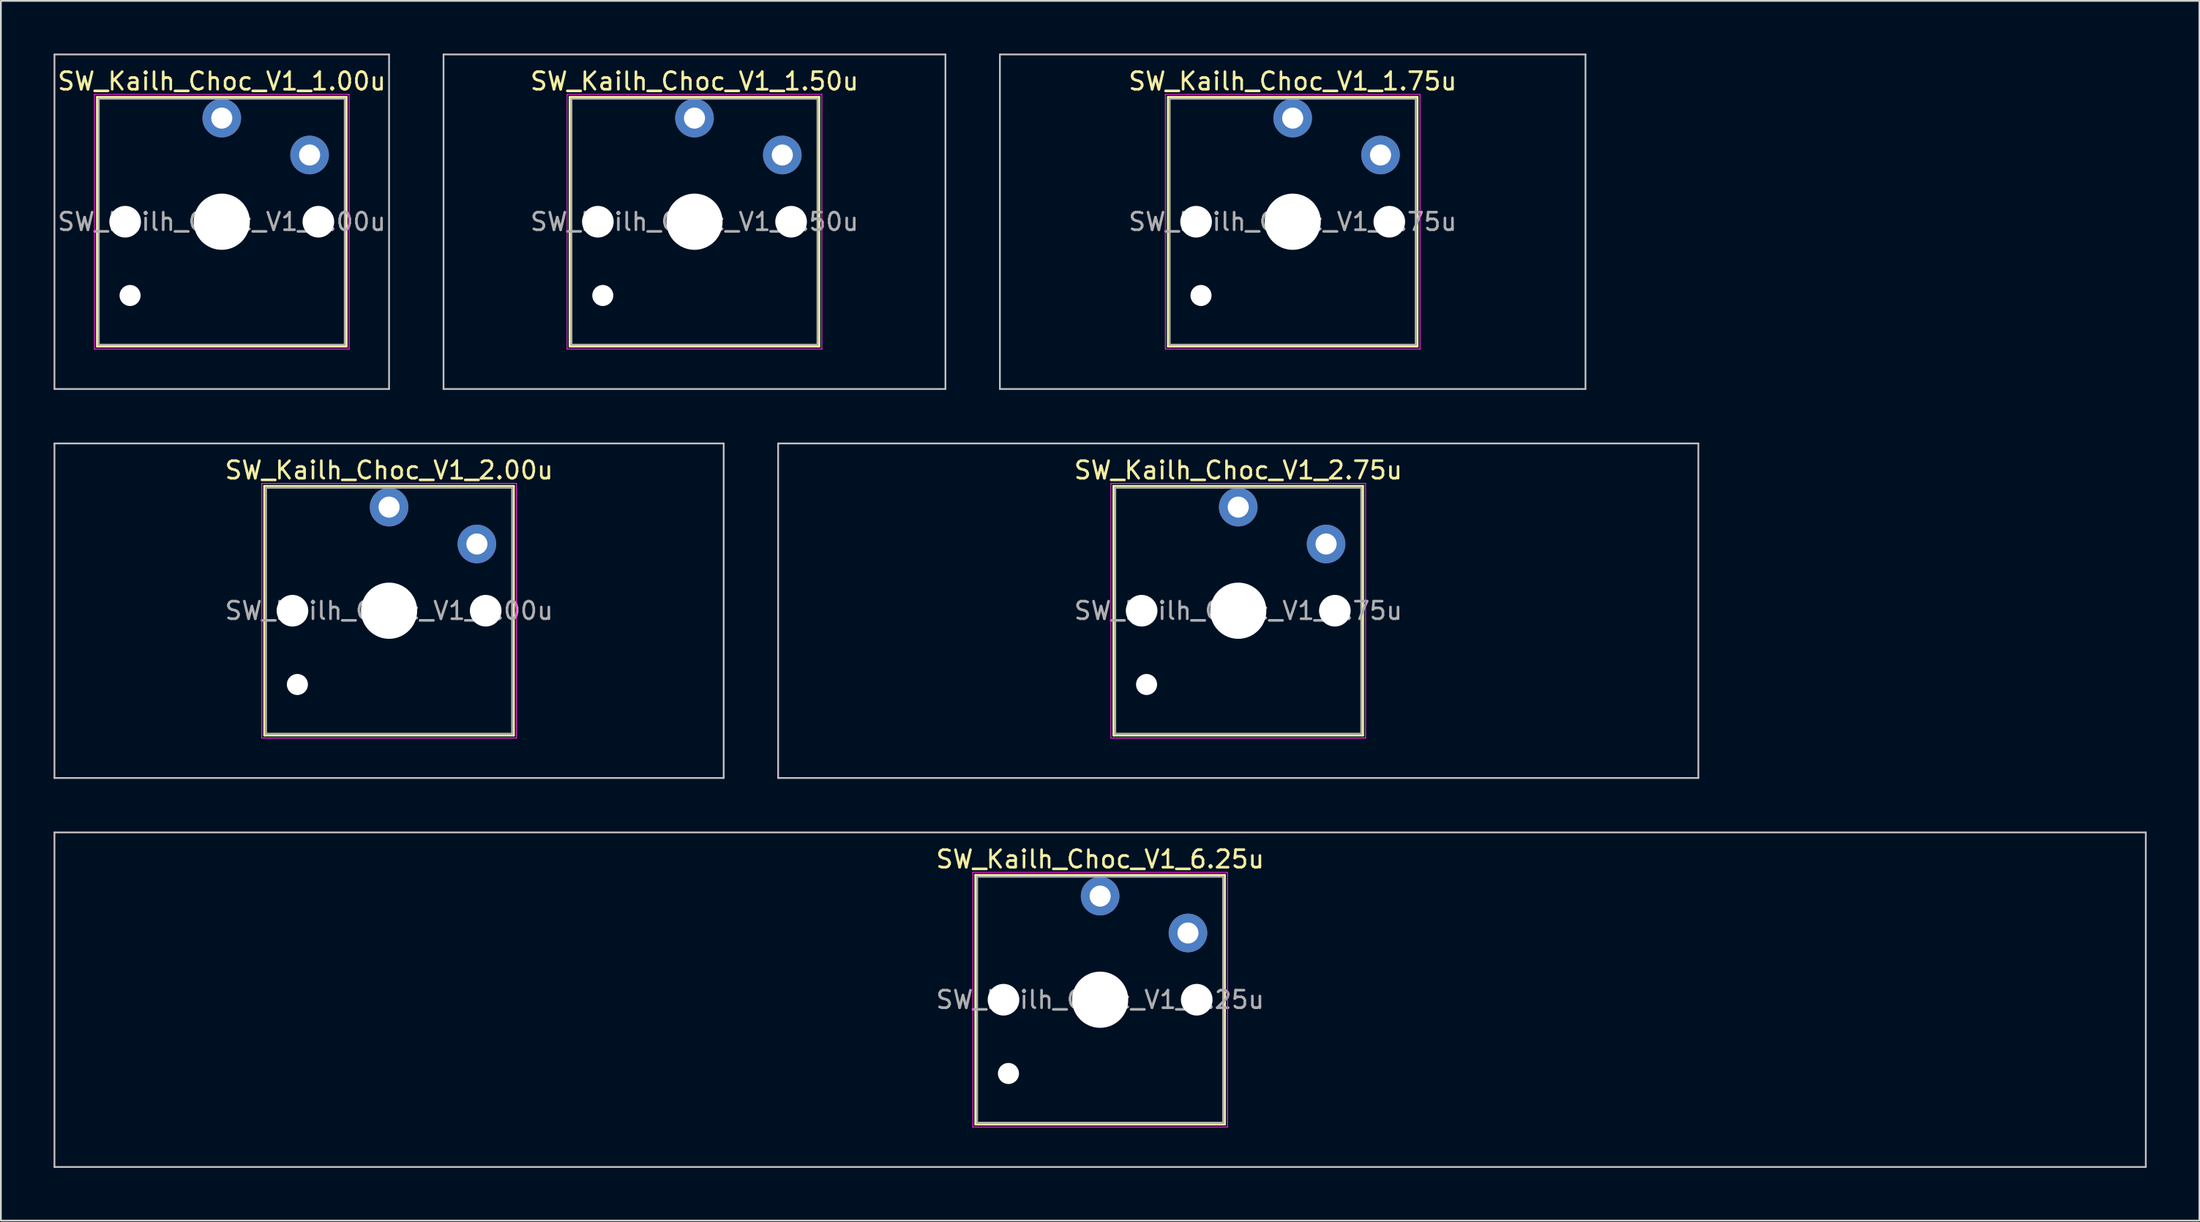
<source format=kicad_pcb>
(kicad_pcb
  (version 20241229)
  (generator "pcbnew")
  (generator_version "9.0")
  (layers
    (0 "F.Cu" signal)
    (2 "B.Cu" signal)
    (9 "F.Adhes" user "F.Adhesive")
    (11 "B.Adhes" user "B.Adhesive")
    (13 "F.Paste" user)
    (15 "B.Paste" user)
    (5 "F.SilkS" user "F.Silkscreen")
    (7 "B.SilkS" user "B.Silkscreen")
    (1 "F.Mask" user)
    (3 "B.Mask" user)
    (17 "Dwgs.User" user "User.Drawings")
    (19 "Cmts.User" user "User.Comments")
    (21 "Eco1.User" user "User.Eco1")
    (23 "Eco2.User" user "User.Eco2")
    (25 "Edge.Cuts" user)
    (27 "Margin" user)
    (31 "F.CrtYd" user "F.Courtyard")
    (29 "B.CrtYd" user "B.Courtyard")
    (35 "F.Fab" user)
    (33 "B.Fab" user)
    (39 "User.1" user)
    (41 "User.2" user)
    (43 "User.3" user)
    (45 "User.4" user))
  (footprint "SW_Kailh_Choc_V1_1.50u"
    (layer "F.Cu")
    (at 36.487 9.575)
    (property "Reference" "SW_Kailh_Choc_V1_1.50u" (at 0 -8 0) (layer "F.SilkS") (effects (font (size 1 1) (thickness 0.15))))
    (attr through_hole)
    (fp_line (start -7.1 -7.1) (end -7.1 7.1) (stroke (width 0.12) (type solid)) (layer "F.SilkS"))
    (fp_line (start -7.1 7.1) (end 7.1 7.1) (stroke (width 0.12) (type solid)) (layer "F.SilkS"))
    (fp_line (start 7.1 -7.1) (end -7.1 -7.1) (stroke (width 0.12) (type solid)) (layer "F.SilkS"))
    (fp_line (start 7.1 7.1) (end 7.1 -7.1) (stroke (width 0.12) (type solid)) (layer "F.SilkS"))
    (fp_line (start -14.287 -9.525) (end -14.287 9.525) (stroke (width 0.1) (type solid)) (layer "Dwgs.User"))
    (fp_line (start -14.287 9.525) (end 14.287 9.525) (stroke (width 0.1) (type solid)) (layer "Dwgs.User"))
    (fp_line (start 14.287 -9.525) (end -14.287 -9.525) (stroke (width 0.1) (type solid)) (layer "Dwgs.User"))
    (fp_line (start 14.287 9.525) (end 14.287 -9.525) (stroke (width 0.1) (type solid)) (layer "Dwgs.User"))
    (fp_line (start -7.25 -7.25) (end -7.25 7.25) (stroke (width 0.05) (type solid)) (layer "F.CrtYd"))
    (fp_line (start -7.25 7.25) (end 7.25 7.25) (stroke (width 0.05) (type solid)) (layer "F.CrtYd"))
    (fp_line (start 7.25 -7.25) (end -7.25 -7.25) (stroke (width 0.05) (type solid)) (layer "F.CrtYd"))
    (fp_line (start 7.25 7.25) (end 7.25 -7.25) (stroke (width 0.05) (type solid)) (layer "F.CrtYd"))
    (fp_line (start -7 -7) (end -7 7) (stroke (width 0.1) (type solid)) (layer "F.Fab"))
    (fp_line (start -7 7) (end 7 7) (stroke (width 0.1) (type solid)) (layer "F.Fab"))
    (fp_line (start 7 -7) (end -7 -7) (stroke (width 0.1) (type solid)) (layer "F.Fab"))
    (fp_line (start 7 7) (end 7 -7) (stroke (width 0.1) (type solid)) (layer "F.Fab"))
    (fp_text user "${REFERENCE}" (at 0 0 0) (layer "F.Fab") (effects (font (size 1 1) (thickness 0.15))))
    (pad "" np_thru_hole circle (at -5.5 0) (size 1.8 1.8) (drill 1.8) (layers "*.Cu" "*.Mask"))
    (pad "" np_thru_hole circle (at -5.22 4.2) (size 1.2 1.2) (drill 1.2) (layers "*.Cu" "*.Mask"))
    (pad "" np_thru_hole circle (at 0 0) (size 3.2 3.2) (drill 3.2) (layers "*.Cu" "*.Mask"))
    (pad "" np_thru_hole circle (at 5.5 0) (size 1.8 1.8) (drill 1.8) (layers "*.Cu" "*.Mask"))
    (pad "1" thru_hole circle (at 0 -5.9) (size 2.2 2.2) (drill 1.2) (layers "*.Cu" "B.Mask"))
    (pad "2" thru_hole circle (at 5 -3.8) (size 2.2 2.2) (drill 1.2) (layers "*.Cu" "B.Mask")))
  (footprint "SW_Kailh_Choc_V1_1.00u"
    (layer "F.Cu")
    (at 9.575 9.575)
    (property "Reference" "SW_Kailh_Choc_V1_1.00u" (at 0 -8 0) (layer "F.SilkS") (effects (font (size 1 1) (thickness 0.15))))
    (attr through_hole)
    (fp_line (start -7.1 -7.1) (end -7.1 7.1) (stroke (width 0.12) (type solid)) (layer "F.SilkS"))
    (fp_line (start -7.1 7.1) (end 7.1 7.1) (stroke (width 0.12) (type solid)) (layer "F.SilkS"))
    (fp_line (start 7.1 -7.1) (end -7.1 -7.1) (stroke (width 0.12) (type solid)) (layer "F.SilkS"))
    (fp_line (start 7.1 7.1) (end 7.1 -7.1) (stroke (width 0.12) (type solid)) (layer "F.SilkS"))
    (fp_line (start -9.525 -9.525) (end -9.525 9.525) (stroke (width 0.1) (type solid)) (layer "Dwgs.User"))
    (fp_line (start -9.525 9.525) (end 9.525 9.525) (stroke (width 0.1) (type solid)) (layer "Dwgs.User"))
    (fp_line (start 9.525 -9.525) (end -9.525 -9.525) (stroke (width 0.1) (type solid)) (layer "Dwgs.User"))
    (fp_line (start 9.525 9.525) (end 9.525 -9.525) (stroke (width 0.1) (type solid)) (layer "Dwgs.User"))
    (fp_line (start -7.25 -7.25) (end -7.25 7.25) (stroke (width 0.05) (type solid)) (layer "F.CrtYd"))
    (fp_line (start -7.25 7.25) (end 7.25 7.25) (stroke (width 0.05) (type solid)) (layer "F.CrtYd"))
    (fp_line (start 7.25 -7.25) (end -7.25 -7.25) (stroke (width 0.05) (type solid)) (layer "F.CrtYd"))
    (fp_line (start 7.25 7.25) (end 7.25 -7.25) (stroke (width 0.05) (type solid)) (layer "F.CrtYd"))
    (fp_line (start -7 -7) (end -7 7) (stroke (width 0.1) (type solid)) (layer "F.Fab"))
    (fp_line (start -7 7) (end 7 7) (stroke (width 0.1) (type solid)) (layer "F.Fab"))
    (fp_line (start 7 -7) (end -7 -7) (stroke (width 0.1) (type solid)) (layer "F.Fab"))
    (fp_line (start 7 7) (end 7 -7) (stroke (width 0.1) (type solid)) (layer "F.Fab"))
    (fp_text user "${REFERENCE}" (at 0 0 0) (layer "F.Fab") (effects (font (size 1 1) (thickness 0.15))))
    (pad "" np_thru_hole circle (at -5.5 0) (size 1.8 1.8) (drill 1.8) (layers "*.Cu" "*.Mask"))
    (pad "" np_thru_hole circle (at -5.22 4.2) (size 1.2 1.2) (drill 1.2) (layers "*.Cu" "*.Mask"))
    (pad "" np_thru_hole circle (at 0 0) (size 3.2 3.2) (drill 3.2) (layers "*.Cu" "*.Mask"))
    (pad "" np_thru_hole circle (at 5.5 0) (size 1.8 1.8) (drill 1.8) (layers "*.Cu" "*.Mask"))
    (pad "1" thru_hole circle (at 0 -5.9) (size 2.2 2.2) (drill 1.2) (layers "*.Cu" "B.Mask"))
    (pad "2" thru_hole circle (at 5 -3.8) (size 2.2 2.2) (drill 1.2) (layers "*.Cu" "B.Mask")))
  (footprint "SW_Kailh_Choc_V1_2.75u"
    (layer "F.Cu")
    (at 67.444 31.725)
    (property "Reference" "SW_Kailh_Choc_V1_2.75u" (at 0 -8 0) (layer "F.SilkS") (effects (font (size 1 1) (thickness 0.15))))
    (attr through_hole)
    (fp_line (start -7.1 -7.1) (end -7.1 7.1) (stroke (width 0.12) (type solid)) (layer "F.SilkS"))
    (fp_line (start -7.1 7.1) (end 7.1 7.1) (stroke (width 0.12) (type solid)) (layer "F.SilkS"))
    (fp_line (start 7.1 -7.1) (end -7.1 -7.1) (stroke (width 0.12) (type solid)) (layer "F.SilkS"))
    (fp_line (start 7.1 7.1) (end 7.1 -7.1) (stroke (width 0.12) (type solid)) (layer "F.SilkS"))
    (fp_line (start -26.194 -9.525) (end -26.194 9.525) (stroke (width 0.1) (type solid)) (layer "Dwgs.User"))
    (fp_line (start -26.194 9.525) (end 26.194 9.525) (stroke (width 0.1) (type solid)) (layer "Dwgs.User"))
    (fp_line (start 26.194 -9.525) (end -26.194 -9.525) (stroke (width 0.1) (type solid)) (layer "Dwgs.User"))
    (fp_line (start 26.194 9.525) (end 26.194 -9.525) (stroke (width 0.1) (type solid)) (layer "Dwgs.User"))
    (fp_line (start -7.25 -7.25) (end -7.25 7.25) (stroke (width 0.05) (type solid)) (layer "F.CrtYd"))
    (fp_line (start -7.25 7.25) (end 7.25 7.25) (stroke (width 0.05) (type solid)) (layer "F.CrtYd"))
    (fp_line (start 7.25 -7.25) (end -7.25 -7.25) (stroke (width 0.05) (type solid)) (layer "F.CrtYd"))
    (fp_line (start 7.25 7.25) (end 7.25 -7.25) (stroke (width 0.05) (type solid)) (layer "F.CrtYd"))
    (fp_line (start -7 -7) (end -7 7) (stroke (width 0.1) (type solid)) (layer "F.Fab"))
    (fp_line (start -7 7) (end 7 7) (stroke (width 0.1) (type solid)) (layer "F.Fab"))
    (fp_line (start 7 -7) (end -7 -7) (stroke (width 0.1) (type solid)) (layer "F.Fab"))
    (fp_line (start 7 7) (end 7 -7) (stroke (width 0.1) (type solid)) (layer "F.Fab"))
    (fp_text user "${REFERENCE}" (at 0 0 0) (layer "F.Fab") (effects (font (size 1 1) (thickness 0.15))))
    (pad "" np_thru_hole circle (at -5.5 0) (size 1.8 1.8) (drill 1.8) (layers "*.Cu" "*.Mask"))
    (pad "" np_thru_hole circle (at -5.22 4.2) (size 1.2 1.2) (drill 1.2) (layers "*.Cu" "*.Mask"))
    (pad "" np_thru_hole circle (at 0 0) (size 3.2 3.2) (drill 3.2) (layers "*.Cu" "*.Mask"))
    (pad "" np_thru_hole circle (at 5.5 0) (size 1.8 1.8) (drill 1.8) (layers "*.Cu" "*.Mask"))
    (pad "1" thru_hole circle (at 0 -5.9) (size 2.2 2.2) (drill 1.2) (layers "*.Cu" "B.Mask"))
    (pad "2" thru_hole circle (at 5 -3.8) (size 2.2 2.2) (drill 1.2) (layers "*.Cu" "B.Mask")))
  (footprint "SW_Kailh_Choc_V1_6.25u"
    (layer "F.Cu")
    (at 59.581 53.875)
    (property "Reference" "SW_Kailh_Choc_V1_6.25u" (at 0 -8 0) (layer "F.SilkS") (effects (font (size 1 1) (thickness 0.15))))
    (attr through_hole)
    (fp_line (start -7.1 -7.1) (end -7.1 7.1) (stroke (width 0.12) (type solid)) (layer "F.SilkS"))
    (fp_line (start -7.1 7.1) (end 7.1 7.1) (stroke (width 0.12) (type solid)) (layer "F.SilkS"))
    (fp_line (start 7.1 -7.1) (end -7.1 -7.1) (stroke (width 0.12) (type solid)) (layer "F.SilkS"))
    (fp_line (start 7.1 7.1) (end 7.1 -7.1) (stroke (width 0.12) (type solid)) (layer "F.SilkS"))
    (fp_line (start -59.531 -9.525) (end -59.531 9.525) (stroke (width 0.1) (type solid)) (layer "Dwgs.User"))
    (fp_line (start -59.531 9.525) (end 59.531 9.525) (stroke (width 0.1) (type solid)) (layer "Dwgs.User"))
    (fp_line (start 59.531 -9.525) (end -59.531 -9.525) (stroke (width 0.1) (type solid)) (layer "Dwgs.User"))
    (fp_line (start 59.531 9.525) (end 59.531 -9.525) (stroke (width 0.1) (type solid)) (layer "Dwgs.User"))
    (fp_line (start -7.25 -7.25) (end -7.25 7.25) (stroke (width 0.05) (type solid)) (layer "F.CrtYd"))
    (fp_line (start -7.25 7.25) (end 7.25 7.25) (stroke (width 0.05) (type solid)) (layer "F.CrtYd"))
    (fp_line (start 7.25 -7.25) (end -7.25 -7.25) (stroke (width 0.05) (type solid)) (layer "F.CrtYd"))
    (fp_line (start 7.25 7.25) (end 7.25 -7.25) (stroke (width 0.05) (type solid)) (layer "F.CrtYd"))
    (fp_line (start -7 -7) (end -7 7) (stroke (width 0.1) (type solid)) (layer "F.Fab"))
    (fp_line (start -7 7) (end 7 7) (stroke (width 0.1) (type solid)) (layer "F.Fab"))
    (fp_line (start 7 -7) (end -7 -7) (stroke (width 0.1) (type solid)) (layer "F.Fab"))
    (fp_line (start 7 7) (end 7 -7) (stroke (width 0.1) (type solid)) (layer "F.Fab"))
    (fp_text user "${REFERENCE}" (at 0 0 0) (layer "F.Fab") (effects (font (size 1 1) (thickness 0.15))))
    (pad "" np_thru_hole circle (at -5.5 0) (size 1.8 1.8) (drill 1.8) (layers "*.Cu" "*.Mask"))
    (pad "" np_thru_hole circle (at -5.22 4.2) (size 1.2 1.2) (drill 1.2) (layers "*.Cu" "*.Mask"))
    (pad "" np_thru_hole circle (at 0 0) (size 3.2 3.2) (drill 3.2) (layers "*.Cu" "*.Mask"))
    (pad "" np_thru_hole circle (at 5.5 0) (size 1.8 1.8) (drill 1.8) (layers "*.Cu" "*.Mask"))
    (pad "1" thru_hole circle (at 0 -5.9) (size 2.2 2.2) (drill 1.2) (layers "*.Cu" "B.Mask"))
    (pad "2" thru_hole circle (at 5 -3.8) (size 2.2 2.2) (drill 1.2) (layers "*.Cu" "B.Mask")))
  (footprint "SW_Kailh_Choc_V1_1.75u"
    (layer "F.Cu")
    (at 70.544 9.575)
    (property "Reference" "SW_Kailh_Choc_V1_1.75u" (at 0 -8 0) (layer "F.SilkS") (effects (font (size 1 1) (thickness 0.15))))
    (attr through_hole)
    (fp_line (start -7.1 -7.1) (end -7.1 7.1) (stroke (width 0.12) (type solid)) (layer "F.SilkS"))
    (fp_line (start -7.1 7.1) (end 7.1 7.1) (stroke (width 0.12) (type solid)) (layer "F.SilkS"))
    (fp_line (start 7.1 -7.1) (end -7.1 -7.1) (stroke (width 0.12) (type solid)) (layer "F.SilkS"))
    (fp_line (start 7.1 7.1) (end 7.1 -7.1) (stroke (width 0.12) (type solid)) (layer "F.SilkS"))
    (fp_line (start -16.669 -9.525) (end -16.669 9.525) (stroke (width 0.1) (type solid)) (layer "Dwgs.User"))
    (fp_line (start -16.669 9.525) (end 16.669 9.525) (stroke (width 0.1) (type solid)) (layer "Dwgs.User"))
    (fp_line (start 16.669 -9.525) (end -16.669 -9.525) (stroke (width 0.1) (type solid)) (layer "Dwgs.User"))
    (fp_line (start 16.669 9.525) (end 16.669 -9.525) (stroke (width 0.1) (type solid)) (layer "Dwgs.User"))
    (fp_line (start -7.25 -7.25) (end -7.25 7.25) (stroke (width 0.05) (type solid)) (layer "F.CrtYd"))
    (fp_line (start -7.25 7.25) (end 7.25 7.25) (stroke (width 0.05) (type solid)) (layer "F.CrtYd"))
    (fp_line (start 7.25 -7.25) (end -7.25 -7.25) (stroke (width 0.05) (type solid)) (layer "F.CrtYd"))
    (fp_line (start 7.25 7.25) (end 7.25 -7.25) (stroke (width 0.05) (type solid)) (layer "F.CrtYd"))
    (fp_line (start -7 -7) (end -7 7) (stroke (width 0.1) (type solid)) (layer "F.Fab"))
    (fp_line (start -7 7) (end 7 7) (stroke (width 0.1) (type solid)) (layer "F.Fab"))
    (fp_line (start 7 -7) (end -7 -7) (stroke (width 0.1) (type solid)) (layer "F.Fab"))
    (fp_line (start 7 7) (end 7 -7) (stroke (width 0.1) (type solid)) (layer "F.Fab"))
    (fp_text user "${REFERENCE}" (at 0 0 0) (layer "F.Fab") (effects (font (size 1 1) (thickness 0.15))))
    (pad "" np_thru_hole circle (at -5.5 0) (size 1.8 1.8) (drill 1.8) (layers "*.Cu" "*.Mask"))
    (pad "" np_thru_hole circle (at -5.22 4.2) (size 1.2 1.2) (drill 1.2) (layers "*.Cu" "*.Mask"))
    (pad "" np_thru_hole circle (at 0 0) (size 3.2 3.2) (drill 3.2) (layers "*.Cu" "*.Mask"))
    (pad "" np_thru_hole circle (at 5.5 0) (size 1.8 1.8) (drill 1.8) (layers "*.Cu" "*.Mask"))
    (pad "1" thru_hole circle (at 0 -5.9) (size 2.2 2.2) (drill 1.2) (layers "*.Cu" "B.Mask"))
    (pad "2" thru_hole circle (at 5 -3.8) (size 2.2 2.2) (drill 1.2) (layers "*.Cu" "B.Mask")))
  (footprint "SW_Kailh_Choc_V1_2.00u"
    (layer "F.Cu")
    (at 19.1 31.725)
    (property "Reference" "SW_Kailh_Choc_V1_2.00u" (at 0 -8 0) (layer "F.SilkS") (effects (font (size 1 1) (thickness 0.15))))
    (attr through_hole)
    (fp_line (start -7.1 -7.1) (end -7.1 7.1) (stroke (width 0.12) (type solid)) (layer "F.SilkS"))
    (fp_line (start -7.1 7.1) (end 7.1 7.1) (stroke (width 0.12) (type solid)) (layer "F.SilkS"))
    (fp_line (start 7.1 -7.1) (end -7.1 -7.1) (stroke (width 0.12) (type solid)) (layer "F.SilkS"))
    (fp_line (start 7.1 7.1) (end 7.1 -7.1) (stroke (width 0.12) (type solid)) (layer "F.SilkS"))
    (fp_line (start -19.05 -9.525) (end -19.05 9.525) (stroke (width 0.1) (type solid)) (layer "Dwgs.User"))
    (fp_line (start -19.05 9.525) (end 19.05 9.525) (stroke (width 0.1) (type solid)) (layer "Dwgs.User"))
    (fp_line (start 19.05 -9.525) (end -19.05 -9.525) (stroke (width 0.1) (type solid)) (layer "Dwgs.User"))
    (fp_line (start 19.05 9.525) (end 19.05 -9.525) (stroke (width 0.1) (type solid)) (layer "Dwgs.User"))
    (fp_line (start -7.25 -7.25) (end -7.25 7.25) (stroke (width 0.05) (type solid)) (layer "F.CrtYd"))
    (fp_line (start -7.25 7.25) (end 7.25 7.25) (stroke (width 0.05) (type solid)) (layer "F.CrtYd"))
    (fp_line (start 7.25 -7.25) (end -7.25 -7.25) (stroke (width 0.05) (type solid)) (layer "F.CrtYd"))
    (fp_line (start 7.25 7.25) (end 7.25 -7.25) (stroke (width 0.05) (type solid)) (layer "F.CrtYd"))
    (fp_line (start -7 -7) (end -7 7) (stroke (width 0.1) (type solid)) (layer "F.Fab"))
    (fp_line (start -7 7) (end 7 7) (stroke (width 0.1) (type solid)) (layer "F.Fab"))
    (fp_line (start 7 -7) (end -7 -7) (stroke (width 0.1) (type solid)) (layer "F.Fab"))
    (fp_line (start 7 7) (end 7 -7) (stroke (width 0.1) (type solid)) (layer "F.Fab"))
    (fp_text user "${REFERENCE}" (at 0 0 0) (layer "F.Fab") (effects (font (size 1 1) (thickness 0.15))))
    (pad "" np_thru_hole circle (at -5.5 0) (size 1.8 1.8) (drill 1.8) (layers "*.Cu" "*.Mask"))
    (pad "" np_thru_hole circle (at -5.22 4.2) (size 1.2 1.2) (drill 1.2) (layers "*.Cu" "*.Mask"))
    (pad "" np_thru_hole circle (at 0 0) (size 3.2 3.2) (drill 3.2) (layers "*.Cu" "*.Mask"))
    (pad "" np_thru_hole circle (at 5.5 0) (size 1.8 1.8) (drill 1.8) (layers "*.Cu" "*.Mask"))
    (pad "1" thru_hole circle (at 0 -5.9) (size 2.2 2.2) (drill 1.2) (layers "*.Cu" "B.Mask"))
    (pad "2" thru_hole circle (at 5 -3.8) (size 2.2 2.2) (drill 1.2) (layers "*.Cu" "B.Mask")))
  (gr_rect
    (start -3 -3)
    (end 122.162 66.45)
    (stroke (width 0.1) (type default))
    (fill no)
    (layer "Edge.Cuts")))
</source>
